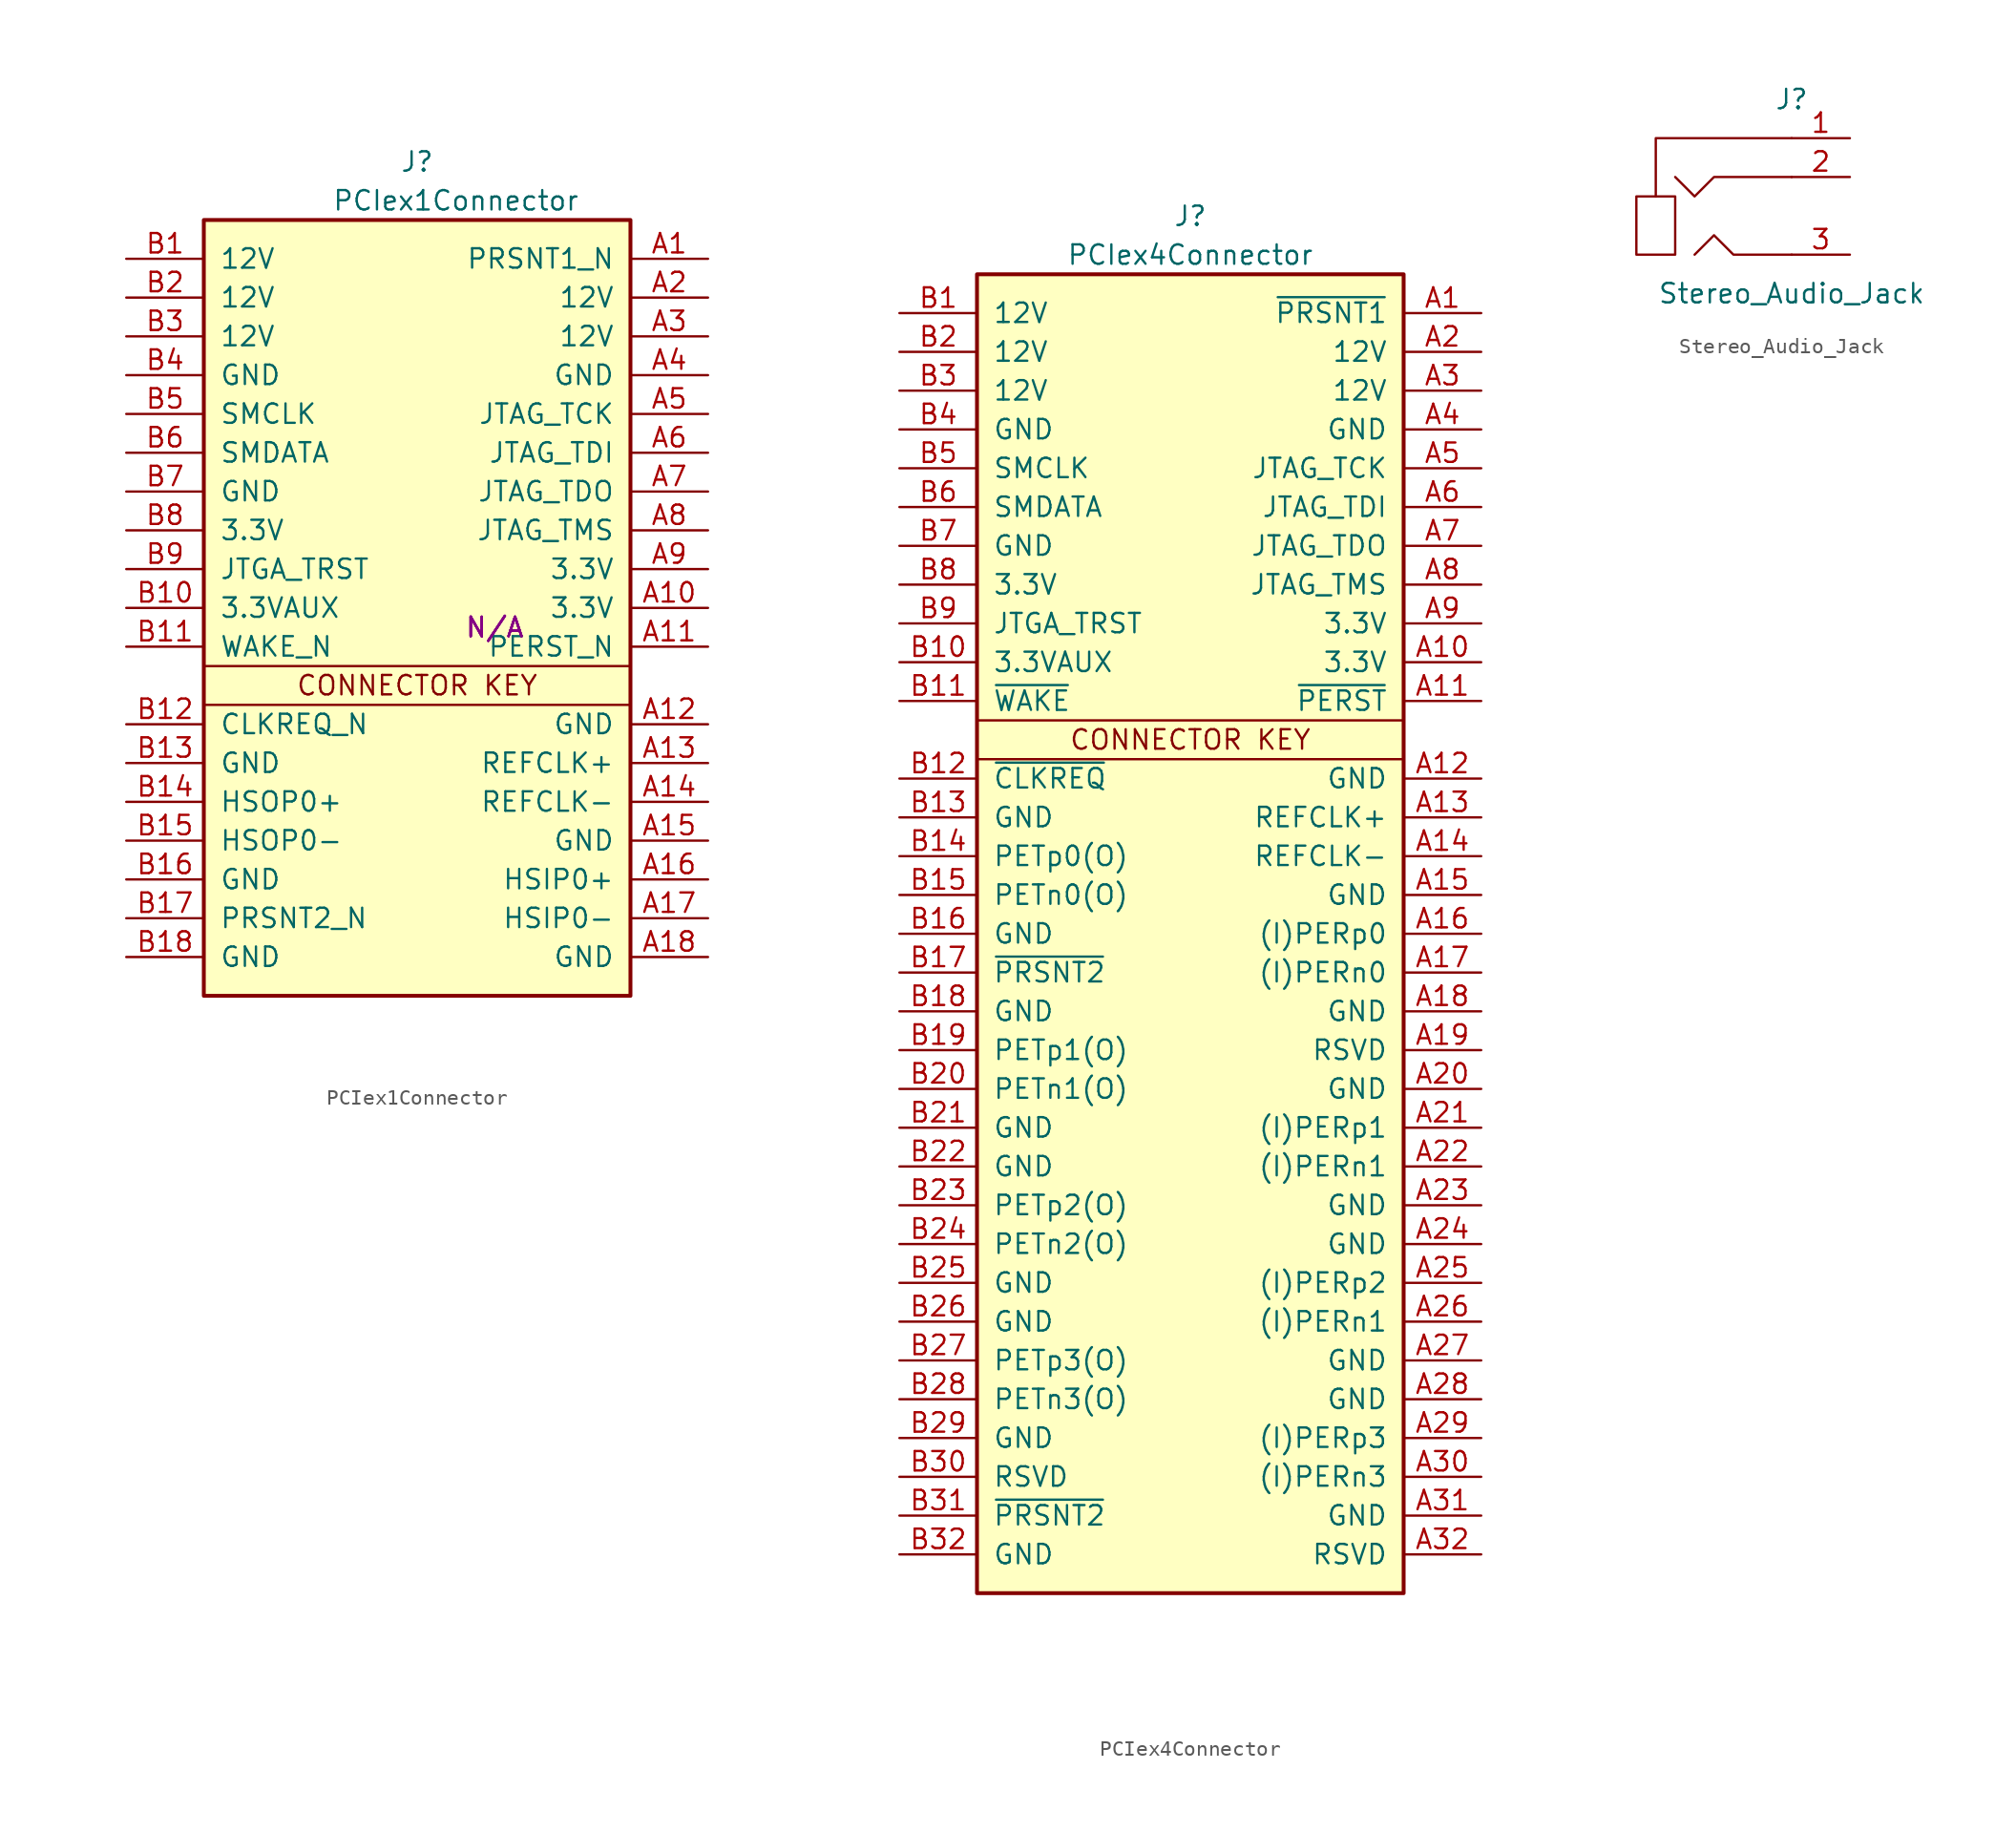
<source format=kicad_sym>
(kicad_symbol_lib
  (version 20220102)
  (generator kicad_symbol_editor)
  (symbol "PCIex1Connector"
    (pin_names
      (offset 1.016))
    (property "Reference" "J"
      (at 0 25.4 0)
      (effects (font (size 1.27 1.27))))
    (property "Value" "PCIex1Connector"
      (at 2.54 22.86 0)
      (effects (font (size 1.27 1.27))))
    (property "MFG" "N/A"
      (at 5.08 -5.08 0)
      (effects (font (size 1.27 1.27))))
    (property "MPN" "N/A"
      (at 5.08 -5.08 0)
      (effects (font (size 1.27 1.27))))
    (property "Datasheet_1" "N/A"
      (at 5.08 -5.08 0)
      (effects (font (size 1.27 1.27))))
    (property "Digikey PN" "N/A"
      (at 5.08 -5.08 0)
      (effects (font (size 1.27 1.27))))
    (property "Mouser PN" "N/A"
      (at 5.08 -5.08 0)
      (effects (font (size 1.27 1.27))))
    (symbol "PCIex1Connector_0_0"
      (text "CONNECTOR KEY" (at 0 -8.89 0) (effects (font (size 1.27 1.27)))))
    (symbol "PCIex1Connector_0_1"
      (rectangle (start -13.97 -7.62) (end 13.97 -10.16) (stroke (width 0) (type default)) (fill (type none))))
    (symbol "PCIex1Connector_1_1"
      (rectangle (start -13.97 21.59) (end 13.97 -29.21) (stroke (width 0.254) (type default)) (fill (type background)))
      (pin passive line (at 19.05 19.05 180) (length 5.08) (name "PRSNT1_N" (effects (font (size 1.27 1.27)))) (number "A1" (effects (font (size 1.27 1.27)))))
      (pin passive line (at 19.05 -3.81 180) (length 5.08) (name "3.3V" (effects (font (size 1.27 1.27)))) (number "A10" (effects (font (size 1.27 1.27)))))
      (pin passive line (at 19.05 -6.35 180) (length 5.08) (name "PERST_N" (effects (font (size 1.27 1.27)))) (number "A11" (effects (font (size 1.27 1.27)))))
      (pin passive line (at 19.05 -11.43 180) (length 5.08) (name "GND" (effects (font (size 1.27 1.27)))) (number "A12" (effects (font (size 1.27 1.27)))))
      (pin passive line (at 19.05 -13.97 180) (length 5.08) (name "REFCLK+" (effects (font (size 1.27 1.27)))) (number "A13" (effects (font (size 1.27 1.27)))))
      (pin passive line (at 19.05 -16.51 180) (length 5.08) (name "REFCLK-" (effects (font (size 1.27 1.27)))) (number "A14" (effects (font (size 1.27 1.27)))))
      (pin passive line (at 19.05 -19.05 180) (length 5.08) (name "GND" (effects (font (size 1.27 1.27)))) (number "A15" (effects (font (size 1.27 1.27)))))
      (pin passive line (at 19.05 -21.59 180) (length 5.08) (name "HSIP0+" (effects (font (size 1.27 1.27)))) (number "A16" (effects (font (size 1.27 1.27)))))
      (pin passive line (at 19.05 -24.13 180) (length 5.08) (name "HSIP0-" (effects (font (size 1.27 1.27)))) (number "A17" (effects (font (size 1.27 1.27)))))
      (pin passive line (at 19.05 -26.67 180) (length 5.08) (name "GND" (effects (font (size 1.27 1.27)))) (number "A18" (effects (font (size 1.27 1.27)))))
      (pin passive line (at 19.05 16.51 180) (length 5.08) (name "12V" (effects (font (size 1.27 1.27)))) (number "A2" (effects (font (size 1.27 1.27)))))
      (pin passive line (at 19.05 13.97 180) (length 5.08) (name "12V" (effects (font (size 1.27 1.27)))) (number "A3" (effects (font (size 1.27 1.27)))))
      (pin passive line (at 19.05 11.43 180) (length 5.08) (name "GND" (effects (font (size 1.27 1.27)))) (number "A4" (effects (font (size 1.27 1.27)))))
      (pin passive line (at 19.05 8.89 180) (length 5.08) (name "JTAG_TCK" (effects (font (size 1.27 1.27)))) (number "A5" (effects (font (size 1.27 1.27)))))
      (pin passive line (at 19.05 6.35 180) (length 5.08) (name "JTAG_TDI" (effects (font (size 1.27 1.27)))) (number "A6" (effects (font (size 1.27 1.27)))))
      (pin passive line (at 19.05 3.81 180) (length 5.08) (name "JTAG_TDO" (effects (font (size 1.27 1.27)))) (number "A7" (effects (font (size 1.27 1.27)))))
      (pin passive line (at 19.05 1.27 180) (length 5.08) (name "JTAG_TMS" (effects (font (size 1.27 1.27)))) (number "A8" (effects (font (size 1.27 1.27)))))
      (pin passive line (at 19.05 -1.27 180) (length 5.08) (name "3.3V" (effects (font (size 1.27 1.27)))) (number "A9" (effects (font (size 1.27 1.27)))))
      (pin passive line (at -19.05 19.05 0) (length 5.08) (name "12V" (effects (font (size 1.27 1.27)))) (number "B1" (effects (font (size 1.27 1.27)))))
      (pin passive line (at -19.05 -3.81 0) (length 5.08) (name "3.3VAUX" (effects (font (size 1.27 1.27)))) (number "B10" (effects (font (size 1.27 1.27)))))
      (pin passive line (at -19.05 -6.35 0) (length 5.08) (name "WAKE_N" (effects (font (size 1.27 1.27)))) (number "B11" (effects (font (size 1.27 1.27)))))
      (pin passive line (at -19.05 -11.43 0) (length 5.08) (name "CLKREQ_N" (effects (font (size 1.27 1.27)))) (number "B12" (effects (font (size 1.27 1.27)))))
      (pin passive line (at -19.05 -13.97 0) (length 5.08) (name "GND" (effects (font (size 1.27 1.27)))) (number "B13" (effects (font (size 1.27 1.27)))))
      (pin passive line (at -19.05 -16.51 0) (length 5.08) (name "HSOP0+" (effects (font (size 1.27 1.27)))) (number "B14" (effects (font (size 1.27 1.27)))))
      (pin passive line (at -19.05 -19.05 0) (length 5.08) (name "HSOP0-" (effects (font (size 1.27 1.27)))) (number "B15" (effects (font (size 1.27 1.27)))))
      (pin passive line (at -19.05 -21.59 0) (length 5.08) (name "GND" (effects (font (size 1.27 1.27)))) (number "B16" (effects (font (size 1.27 1.27)))))
      (pin passive line (at -19.05 -24.13 0) (length 5.08) (name "PRSNT2_N" (effects (font (size 1.27 1.27)))) (number "B17" (effects (font (size 1.27 1.27)))))
      (pin passive line (at -19.05 -26.67 0) (length 5.08) (name "GND" (effects (font (size 1.27 1.27)))) (number "B18" (effects (font (size 1.27 1.27)))))
      (pin passive line (at -19.05 16.51 0) (length 5.08) (name "12V" (effects (font (size 1.27 1.27)))) (number "B2" (effects (font (size 1.27 1.27)))))
      (pin passive line (at -19.05 13.97 0) (length 5.08) (name "12V" (effects (font (size 1.27 1.27)))) (number "B3" (effects (font (size 1.27 1.27)))))
      (pin passive line (at -19.05 11.43 0) (length 5.08) (name "GND" (effects (font (size 1.27 1.27)))) (number "B4" (effects (font (size 1.27 1.27)))))
      (pin passive line (at -19.05 8.89 0) (length 5.08) (name "SMCLK" (effects (font (size 1.27 1.27)))) (number "B5" (effects (font (size 1.27 1.27)))))
      (pin passive line (at -19.05 6.35 0) (length 5.08) (name "SMDATA" (effects (font (size 1.27 1.27)))) (number "B6" (effects (font (size 1.27 1.27)))))
      (pin passive line (at -19.05 3.81 0) (length 5.08) (name "GND" (effects (font (size 1.27 1.27)))) (number "B7" (effects (font (size 1.27 1.27)))))
      (pin passive line (at -19.05 1.27 0) (length 5.08) (name "3.3V" (effects (font (size 1.27 1.27)))) (number "B8" (effects (font (size 1.27 1.27)))))
      (pin passive line (at -19.05 -1.27 0) (length 5.08) (name "JTGA_TRST" (effects (font (size 1.27 1.27)))) (number "B9" (effects (font (size 1.27 1.27)))))))
  (symbol "PCIex4Connector"
    (pin_names
      (offset 1.016))
    (property "Reference" "J"
      (at 0 46.99 0)
      (effects (font (size 1.27 1.27))))
    (property "Value" "PCIex4Connector"
      (at 0 44.45 0)
      (effects (font (size 1.27 1.27))))
    (symbol "PCIex4Connector_0_0"
      (text "CONNECTOR KEY" (at 0 12.7 0) (effects (font (size 1.27 1.27)))))
    (symbol "PCIex4Connector_0_1"
      (rectangle (start -13.97 13.97) (end 13.97 11.43) (stroke (width 0) (type default)) (fill (type none))))
    (symbol "PCIex4Connector_1_1"
      (rectangle (start -13.97 43.18) (end 13.97 -43.18) (stroke (width 0.254) (type default)) (fill (type background)))
      (pin passive line (at 19.05 40.64 180) (length 5.08) (name "~{PRSNT1}" (effects (font (size 1.27 1.27)))) (number "A1" (effects (font (size 1.27 1.27)))))
      (pin passive line (at 19.05 17.78 180) (length 5.08) (name "3.3V" (effects (font (size 1.27 1.27)))) (number "A10" (effects (font (size 1.27 1.27)))))
      (pin passive line (at 19.05 15.24 180) (length 5.08) (name "~{PERST}" (effects (font (size 1.27 1.27)))) (number "A11" (effects (font (size 1.27 1.27)))))
      (pin passive line (at 19.05 10.16 180) (length 5.08) (name "GND" (effects (font (size 1.27 1.27)))) (number "A12" (effects (font (size 1.27 1.27)))))
      (pin passive line (at 19.05 7.62 180) (length 5.08) (name "REFCLK+" (effects (font (size 1.27 1.27)))) (number "A13" (effects (font (size 1.27 1.27)))))
      (pin passive line (at 19.05 5.08 180) (length 5.08) (name "REFCLK-" (effects (font (size 1.27 1.27)))) (number "A14" (effects (font (size 1.27 1.27)))))
      (pin passive line (at 19.05 2.54 180) (length 5.08) (name "GND" (effects (font (size 1.27 1.27)))) (number "A15" (effects (font (size 1.27 1.27)))))
      (pin passive line (at 19.05 0 180) (length 5.08) (name "(I)PERp0" (effects (font (size 1.27 1.27)))) (number "A16" (effects (font (size 1.27 1.27)))))
      (pin passive line (at 19.05 -2.54 180) (length 5.08) (name "(I)PERn0" (effects (font (size 1.27 1.27)))) (number "A17" (effects (font (size 1.27 1.27)))))
      (pin passive line (at 19.05 -5.08 180) (length 5.08) (name "GND" (effects (font (size 1.27 1.27)))) (number "A18" (effects (font (size 1.27 1.27)))))
      (pin passive line (at 19.05 -7.62 180) (length 5.08) (name "RSVD" (effects (font (size 1.27 1.27)))) (number "A19" (effects (font (size 1.27 1.27)))))
      (pin passive line (at 19.05 38.1 180) (length 5.08) (name "12V" (effects (font (size 1.27 1.27)))) (number "A2" (effects (font (size 1.27 1.27)))))
      (pin passive line (at 19.05 -10.16 180) (length 5.08) (name "GND" (effects (font (size 1.27 1.27)))) (number "A20" (effects (font (size 1.27 1.27)))))
      (pin passive line (at 19.05 -12.7 180) (length 5.08) (name "(I)PERp1" (effects (font (size 1.27 1.27)))) (number "A21" (effects (font (size 1.27 1.27)))))
      (pin passive line (at 19.05 -15.24 180) (length 5.08) (name "(I)PERn1" (effects (font (size 1.27 1.27)))) (number "A22" (effects (font (size 1.27 1.27)))))
      (pin passive line (at 19.05 -17.78 180) (length 5.08) (name "GND" (effects (font (size 1.27 1.27)))) (number "A23" (effects (font (size 1.27 1.27)))))
      (pin passive line (at 19.05 -20.32 180) (length 5.08) (name "GND" (effects (font (size 1.27 1.27)))) (number "A24" (effects (font (size 1.27 1.27)))))
      (pin passive line (at 19.05 -22.86 180) (length 5.08) (name "(I)PERp2" (effects (font (size 1.27 1.27)))) (number "A25" (effects (font (size 1.27 1.27)))))
      (pin passive line (at 19.05 -25.4 180) (length 5.08) (name "(I)PERn1" (effects (font (size 1.27 1.27)))) (number "A26" (effects (font (size 1.27 1.27)))))
      (pin passive line (at 19.05 -27.94 180) (length 5.08) (name "GND" (effects (font (size 1.27 1.27)))) (number "A27" (effects (font (size 1.27 1.27)))))
      (pin passive line (at 19.05 -30.48 180) (length 5.08) (name "GND" (effects (font (size 1.27 1.27)))) (number "A28" (effects (font (size 1.27 1.27)))))
      (pin passive line (at 19.05 -33.02 180) (length 5.08) (name "(I)PERp3" (effects (font (size 1.27 1.27)))) (number "A29" (effects (font (size 1.27 1.27)))))
      (pin passive line (at 19.05 35.56 180) (length 5.08) (name "12V" (effects (font (size 1.27 1.27)))) (number "A3" (effects (font (size 1.27 1.27)))))
      (pin passive line (at 19.05 -35.56 180) (length 5.08) (name "(I)PERn3" (effects (font (size 1.27 1.27)))) (number "A30" (effects (font (size 1.27 1.27)))))
      (pin passive line (at 19.05 -38.1 180) (length 5.08) (name "GND" (effects (font (size 1.27 1.27)))) (number "A31" (effects (font (size 1.27 1.27)))))
      (pin passive line (at 19.05 -40.64 180) (length 5.08) (name "RSVD" (effects (font (size 1.27 1.27)))) (number "A32" (effects (font (size 1.27 1.27)))))
      (pin passive line (at 19.05 33.02 180) (length 5.08) (name "GND" (effects (font (size 1.27 1.27)))) (number "A4" (effects (font (size 1.27 1.27)))))
      (pin passive line (at 19.05 30.48 180) (length 5.08) (name "JTAG_TCK" (effects (font (size 1.27 1.27)))) (number "A5" (effects (font (size 1.27 1.27)))))
      (pin passive line (at 19.05 27.94 180) (length 5.08) (name "JTAG_TDI" (effects (font (size 1.27 1.27)))) (number "A6" (effects (font (size 1.27 1.27)))))
      (pin passive line (at 19.05 25.4 180) (length 5.08) (name "JTAG_TDO" (effects (font (size 1.27 1.27)))) (number "A7" (effects (font (size 1.27 1.27)))))
      (pin passive line (at 19.05 22.86 180) (length 5.08) (name "JTAG_TMS" (effects (font (size 1.27 1.27)))) (number "A8" (effects (font (size 1.27 1.27)))))
      (pin passive line (at 19.05 20.32 180) (length 5.08) (name "3.3V" (effects (font (size 1.27 1.27)))) (number "A9" (effects (font (size 1.27 1.27)))))
      (pin passive line (at -19.05 40.64 0) (length 5.08) (name "12V" (effects (font (size 1.27 1.27)))) (number "B1" (effects (font (size 1.27 1.27)))))
      (pin passive line (at -19.05 17.78 0) (length 5.08) (name "3.3VAUX" (effects (font (size 1.27 1.27)))) (number "B10" (effects (font (size 1.27 1.27)))))
      (pin passive line (at -19.05 15.24 0) (length 5.08) (name "~{WAKE}" (effects (font (size 1.27 1.27)))) (number "B11" (effects (font (size 1.27 1.27)))))
      (pin passive line (at -19.05 10.16 0) (length 5.08) (name "~{CLKREQ}" (effects (font (size 1.27 1.27)))) (number "B12" (effects (font (size 1.27 1.27)))))
      (pin passive line (at -19.05 7.62 0) (length 5.08) (name "GND" (effects (font (size 1.27 1.27)))) (number "B13" (effects (font (size 1.27 1.27)))))
      (pin output line (at -19.05 5.08 0) (length 5.08) (name "PETp0(O)" (effects (font (size 1.27 1.27)))) (number "B14" (effects (font (size 1.27 1.27)))))
      (pin output line (at -19.05 2.54 0) (length 5.08) (name "PETn0(O)" (effects (font (size 1.27 1.27)))) (number "B15" (effects (font (size 1.27 1.27)))))
      (pin passive line (at -19.05 0 0) (length 5.08) (name "GND" (effects (font (size 1.27 1.27)))) (number "B16" (effects (font (size 1.27 1.27)))))
      (pin passive line (at -19.05 -2.54 0) (length 5.08) (name "~{PRSNT2}" (effects (font (size 1.27 1.27)))) (number "B17" (effects (font (size 1.27 1.27)))))
      (pin passive line (at -19.05 -5.08 0) (length 5.08) (name "GND" (effects (font (size 1.27 1.27)))) (number "B18" (effects (font (size 1.27 1.27)))))
      (pin output line (at -19.05 -7.62 0) (length 5.08) (name "PETp1(O)" (effects (font (size 1.27 1.27)))) (number "B19" (effects (font (size 1.27 1.27)))))
      (pin passive line (at -19.05 38.1 0) (length 5.08) (name "12V" (effects (font (size 1.27 1.27)))) (number "B2" (effects (font (size 1.27 1.27)))))
      (pin output line (at -19.05 -10.16 0) (length 5.08) (name "PETn1(O)" (effects (font (size 1.27 1.27)))) (number "B20" (effects (font (size 1.27 1.27)))))
      (pin passive line (at -19.05 -12.7 0) (length 5.08) (name "GND" (effects (font (size 1.27 1.27)))) (number "B21" (effects (font (size 1.27 1.27)))))
      (pin passive line (at -19.05 -15.24 0) (length 5.08) (name "GND" (effects (font (size 1.27 1.27)))) (number "B22" (effects (font (size 1.27 1.27)))))
      (pin passive line (at -19.05 -17.78 0) (length 5.08) (name "PETp2(O)" (effects (font (size 1.27 1.27)))) (number "B23" (effects (font (size 1.27 1.27)))))
      (pin passive line (at -19.05 -20.32 0) (length 5.08) (name "PETn2(O)" (effects (font (size 1.27 1.27)))) (number "B24" (effects (font (size 1.27 1.27)))))
      (pin passive line (at -19.05 -22.86 0) (length 5.08) (name "GND" (effects (font (size 1.27 1.27)))) (number "B25" (effects (font (size 1.27 1.27)))))
      (pin passive line (at -19.05 -25.4 0) (length 5.08) (name "GND" (effects (font (size 1.27 1.27)))) (number "B26" (effects (font (size 1.27 1.27)))))
      (pin passive line (at -19.05 -27.94 0) (length 5.08) (name "PETp3(O)" (effects (font (size 1.27 1.27)))) (number "B27" (effects (font (size 1.27 1.27)))))
      (pin passive line (at -19.05 -30.48 0) (length 5.08) (name "PETn3(O)" (effects (font (size 1.27 1.27)))) (number "B28" (effects (font (size 1.27 1.27)))))
      (pin passive line (at -19.05 -33.02 0) (length 5.08) (name "GND" (effects (font (size 1.27 1.27)))) (number "B29" (effects (font (size 1.27 1.27)))))
      (pin passive line (at -19.05 35.56 0) (length 5.08) (name "12V" (effects (font (size 1.27 1.27)))) (number "B3" (effects (font (size 1.27 1.27)))))
      (pin passive line (at -19.05 -35.56 0) (length 5.08) (name "RSVD" (effects (font (size 1.27 1.27)))) (number "B30" (effects (font (size 1.27 1.27)))))
      (pin passive line (at -19.05 -38.1 0) (length 5.08) (name "~{PRSNT2}" (effects (font (size 1.27 1.27)))) (number "B31" (effects (font (size 1.27 1.27)))))
      (pin passive line (at -19.05 -40.64 0) (length 5.08) (name "GND" (effects (font (size 1.27 1.27)))) (number "B32" (effects (font (size 1.27 1.27)))))
      (pin passive line (at -19.05 33.02 0) (length 5.08) (name "GND" (effects (font (size 1.27 1.27)))) (number "B4" (effects (font (size 1.27 1.27)))))
      (pin passive line (at -19.05 30.48 0) (length 5.08) (name "SMCLK" (effects (font (size 1.27 1.27)))) (number "B5" (effects (font (size 1.27 1.27)))))
      (pin passive line (at -19.05 27.94 0) (length 5.08) (name "SMDATA" (effects (font (size 1.27 1.27)))) (number "B6" (effects (font (size 1.27 1.27)))))
      (pin passive line (at -19.05 25.4 0) (length 5.08) (name "GND" (effects (font (size 1.27 1.27)))) (number "B7" (effects (font (size 1.27 1.27)))))
      (pin passive line (at -19.05 22.86 0) (length 5.08) (name "3.3V" (effects (font (size 1.27 1.27)))) (number "B8" (effects (font (size 1.27 1.27)))))
      (pin passive line (at -19.05 20.32 0) (length 5.08) (name "JTGA_TRST" (effects (font (size 1.27 1.27)))) (number "B9" (effects (font (size 1.27 1.27)))))))
  (symbol "Stereo_Audio_Jack"
    (pin_names
      (offset 1.016) hide)
    (property "Reference" "J"
      (at 0 5.08 0)
      (effects (font (size 1.27 1.27))))
    (property "Value" "Stereo_Audio_Jack"
      (at 0 -7.62 0)
      (effects (font (size 1.27 1.27))))
    (symbol "Stereo_Audio_Jack_0_1"
      (polyline (pts (xy -8.89 -1.27) (xy -8.89 2.54) (xy 0 2.54)) (stroke (width 0) (type default)) (fill (type none)))
      (polyline (pts (xy 0 0) (xy -5.08 0) (xy -6.35 -1.27) (xy -7.62 0)) (stroke (width 0) (type default)) (fill (type none)))
      (polyline (pts (xy -7.62 -1.27) (xy -10.16 -1.27) (xy -10.16 -5.08) (xy -7.62 -5.08) (xy -7.62 -1.27)) (stroke (width 0) (type default)) (fill (type none)))
      (polyline (pts (xy 0 -5.08) (xy -3.81 -5.08) (xy -5.08 -3.81) (xy -6.35 -5.08) (xy -5.08 -3.81)) (stroke (width 0) (type default)) (fill (type none))))
    (symbol "Stereo_Audio_Jack_1_1"
      (pin passive line (at 3.81 2.54 180) (length 3.81) (name "Pin_1" (effects (font (size 1.27 1.27)))) (number "1" (effects (font (size 1.27 1.27)))))
      (pin passive line (at 3.81 0 180) (length 3.81) (name "Pin_2" (effects (font (size 1.27 1.27)))) (number "2" (effects (font (size 1.27 1.27)))))
      (pin passive line (at 3.81 -5.08 180) (length 3.81) (name "Pin_3" (effects (font (size 1.27 1.27)))) (number "3" (effects (font (size 1.27 1.27))))))))
</source>
